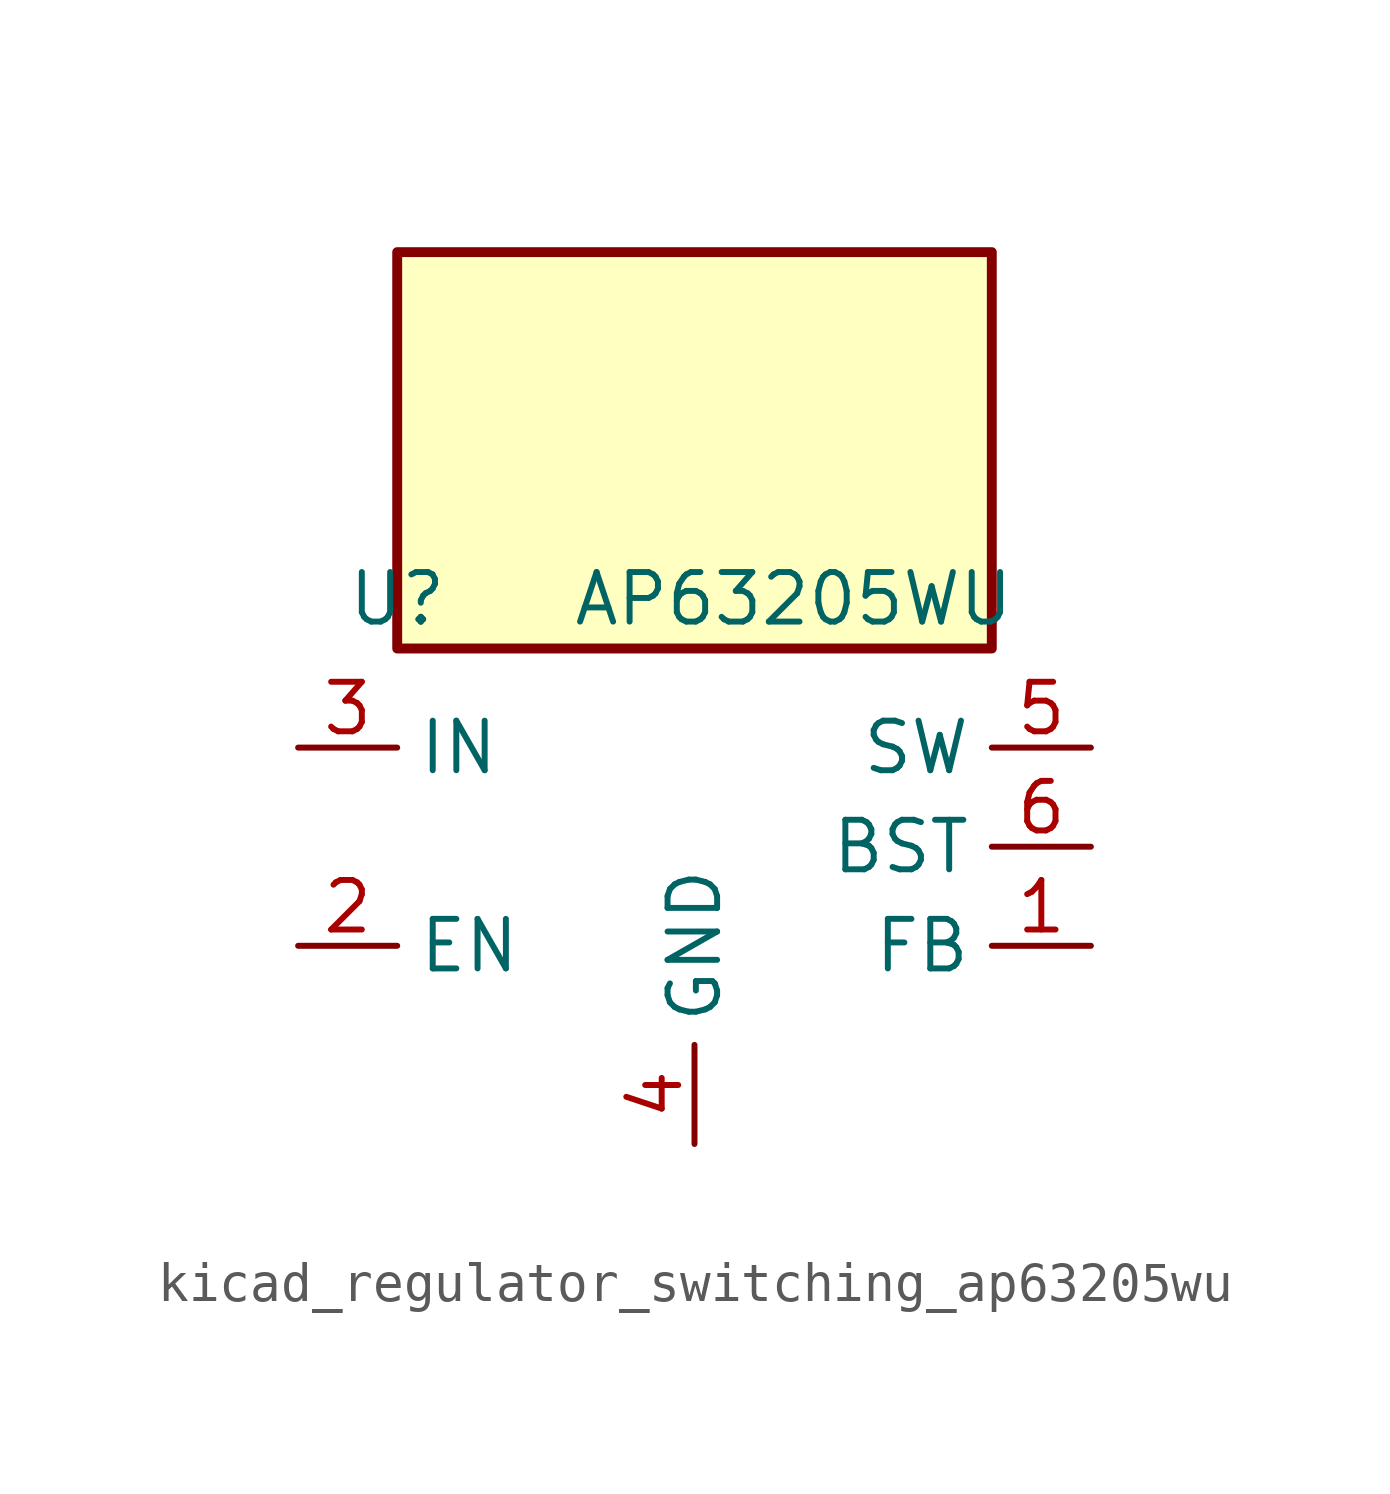
<source format=kicad_sym>
(kicad_symbol_lib
  (version 20220914)
  (generator kicad_symbol_editor)
  (symbol "kicad_regulator_switching_ap63205wu"
    (property "Reference" "U"
      (at -7.62 6.35 0)
      (effects (font (size 1.27 1.27))))
    (property "Value" "AP63205WU"
      (at 2.54 6.35 0)
      (effects (font (size 1.27 1.27))))
    (symbol "kicad_regulator_switching_ap63205wu_0_1"
      (rectangle (start 7.62 15.24) (end -7.62 5.08) (stroke (width 0.254) (type default)) (fill (type background))))
    (symbol "kicad_regulator_switching_ap63205wu_1_1"
      (pin input line (at 10.16 -2.54 180) (length 2.54) (name "FB" (effects (font (size 1.27 1.27)))) (number "1" (effects (font (size 1.27 1.27)))))
      (pin input line (at -10.16 -2.54 0) (length 2.54) (name "EN" (effects (font (size 1.27 1.27)))) (number "2" (effects (font (size 1.27 1.27)))))
      (pin power_in line (at -10.16 2.54 0) (length 2.54) (name "IN" (effects (font (size 1.27 1.27)))) (number "3" (effects (font (size 1.27 1.27)))))
      (pin power_in line (at 0 -7.62 90) (length 2.54) (name "GND" (effects (font (size 1.27 1.27)))) (number "4" (effects (font (size 1.27 1.27)))))
      (pin output line (at 10.16 2.54 180) (length 2.54) (name "SW" (effects (font (size 1.27 1.27)))) (number "5" (effects (font (size 1.27 1.27)))))
      (pin passive line (at 10.16 0 180) (length 2.54) (name "BST" (effects (font (size 1.27 1.27)))) (number "6" (effects (font (size 1.27 1.27))))))))
</source>
